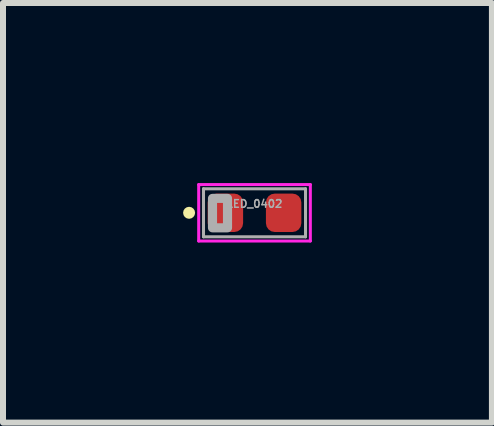
<source format=kicad_pcb>
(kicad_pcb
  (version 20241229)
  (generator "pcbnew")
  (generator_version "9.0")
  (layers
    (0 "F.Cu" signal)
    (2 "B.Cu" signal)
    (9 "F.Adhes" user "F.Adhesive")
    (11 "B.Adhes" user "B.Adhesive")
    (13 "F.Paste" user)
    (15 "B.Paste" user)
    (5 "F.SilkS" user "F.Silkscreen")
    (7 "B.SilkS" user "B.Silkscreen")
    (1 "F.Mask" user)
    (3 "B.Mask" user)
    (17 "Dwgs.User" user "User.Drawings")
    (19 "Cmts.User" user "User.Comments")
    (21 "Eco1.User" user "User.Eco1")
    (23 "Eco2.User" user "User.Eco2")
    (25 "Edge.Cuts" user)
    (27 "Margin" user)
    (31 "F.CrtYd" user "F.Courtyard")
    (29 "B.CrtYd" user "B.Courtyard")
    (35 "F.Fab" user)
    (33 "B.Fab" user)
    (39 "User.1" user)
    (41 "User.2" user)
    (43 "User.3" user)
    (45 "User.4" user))
  (footprint "LED_0402"
    (layer "F.Cu")
    (at 1.19 0.495)
    (property "Reference" "LED_0402" (at 0 -0.15 0) (layer "F.Fab") (effects (font (size 0.127 0.127) (thickness 0.025))))
    (attr smd)
    (fp_circle (center -1.09 0) (end -1.04 0) (stroke (width 0.1) (type solid)) (fill no) (layer "F.SilkS"))
    (fp_line (start -0.93 -0.47) (end 0.93 -0.47) (stroke (width 0.05) (type solid)) (layer "F.CrtYd"))
    (fp_line (start -0.93 0.47) (end -0.93 -0.47) (stroke (width 0.05) (type solid)) (layer "F.CrtYd"))
    (fp_line (start 0.93 -0.47) (end 0.93 0.47) (stroke (width 0.05) (type solid)) (layer "F.CrtYd"))
    (fp_line (start 0.93 0.47) (end -0.93 0.47) (stroke (width 0.05) (type solid)) (layer "F.CrtYd"))
    (fp_line (start -0.85 -0.4) (end 0.85 -0.4) (stroke (width 0.051) (type solid)) (layer "F.Fab"))
    (fp_line (start -0.85 0.4) (end -0.85 -0.4) (stroke (width 0.051) (type solid)) (layer "F.Fab"))
    (fp_line (start 0.85 -0.4) (end 0.85 0.4) (stroke (width 0.051) (type solid)) (layer "F.Fab"))
    (fp_line (start 0.85 0.4) (end -0.85 0.4) (stroke (width 0.051) (type solid)) (layer "F.Fab"))
    (fp_rect (start -0.7 0.25) (end -0.45 -0.24) (stroke (width 0.152) (type solid)) (fill no) (layer "F.Fab"))
    (pad "1" smd roundrect (at -0.485 0) (size 0.59 0.64) (layers "F.Cu" "F.Mask" "F.Paste") (roundrect_rratio 0.25))
    (pad "2" smd roundrect (at 0.485 0) (size 0.59 0.64) (layers "F.Cu" "F.Mask" "F.Paste") (roundrect_rratio 0.25)))
  (gr_rect
    (start -3 -3)
    (end 5.145 3.99)
    (stroke (width 0.1) (type default))
    (fill no)
    (layer "Edge.Cuts")))
</source>
